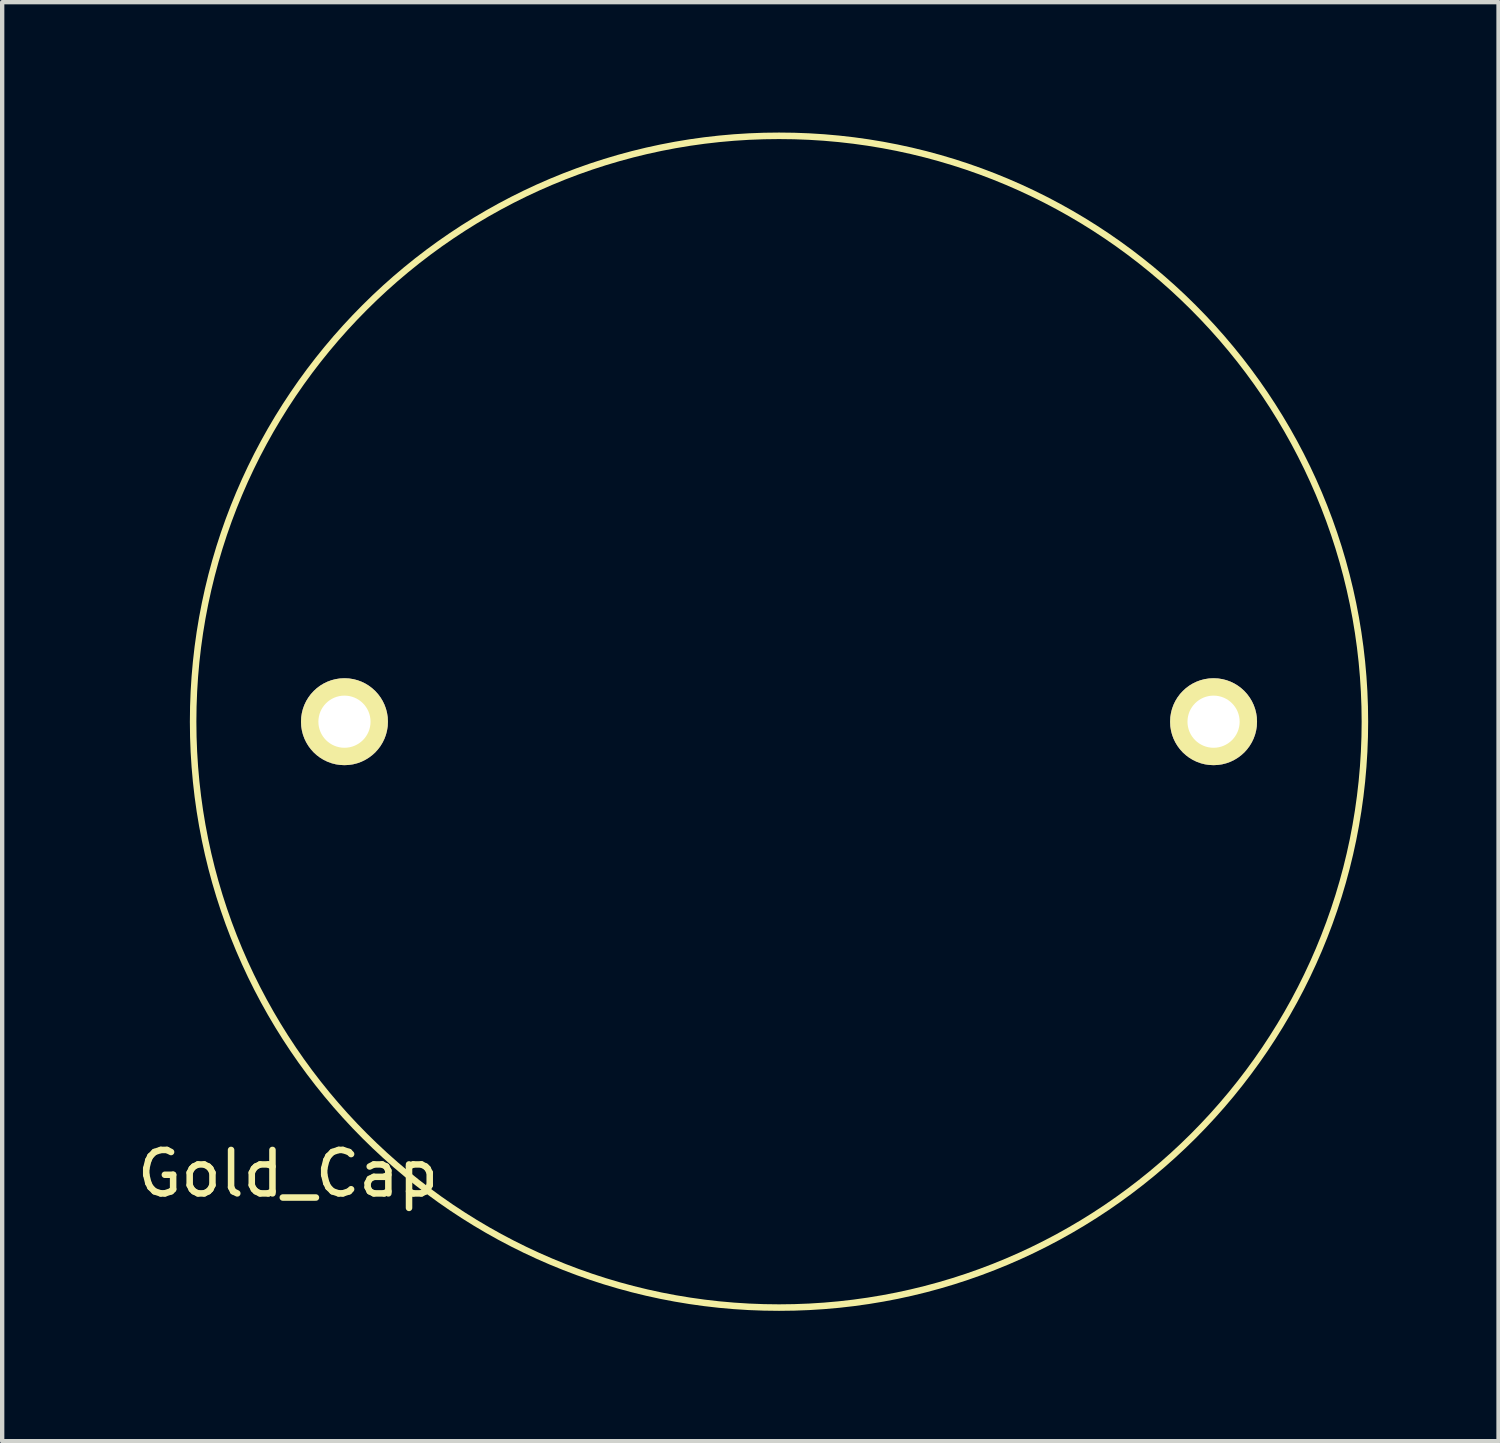
<source format=kicad_pcb>
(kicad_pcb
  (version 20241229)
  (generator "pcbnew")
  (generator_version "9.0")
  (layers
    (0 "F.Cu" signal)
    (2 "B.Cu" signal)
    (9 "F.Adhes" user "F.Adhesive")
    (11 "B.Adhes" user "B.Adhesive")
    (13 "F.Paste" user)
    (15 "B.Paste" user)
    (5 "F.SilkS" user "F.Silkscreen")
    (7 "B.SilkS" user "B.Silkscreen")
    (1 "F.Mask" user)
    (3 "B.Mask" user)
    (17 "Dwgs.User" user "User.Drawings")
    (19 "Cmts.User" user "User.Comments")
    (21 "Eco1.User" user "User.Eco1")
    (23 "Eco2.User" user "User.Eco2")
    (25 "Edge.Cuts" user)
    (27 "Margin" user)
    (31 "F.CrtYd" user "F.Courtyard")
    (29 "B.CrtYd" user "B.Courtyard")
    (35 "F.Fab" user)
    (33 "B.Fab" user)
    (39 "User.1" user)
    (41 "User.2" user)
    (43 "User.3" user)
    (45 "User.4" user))
  (footprint "Gold_Cap"
    (layer "F.Cu")
    (at 14.877 13.558)
    (property "Reference" "Gold_Cap" (at -11.3 10.4 0) (layer "F.SilkS") (effects (font (size 1 1) (thickness 0.15))))
    (attr through_hole)
    (fp_circle (center 0 0) (end 10.3 8.7) (stroke (width 0.15) (type solid)) (fill no) (layer "F.SilkS"))
    (pad "1" thru_hole circle (at 10 0) (size 2 2) (drill 1.2) (layers "*.Cu" "*.Mask" "F.SilkS"))
    (pad "2" thru_hole circle (at -10 0) (size 2 2) (drill 1.2) (layers "*.Cu" "*.Mask" "F.SilkS")))
  (gr_rect
    (start -3 -3)
    (end 31.435 30.115)
    (stroke (width 0.1) (type default))
    (fill no)
    (layer "Edge.Cuts")))
</source>
